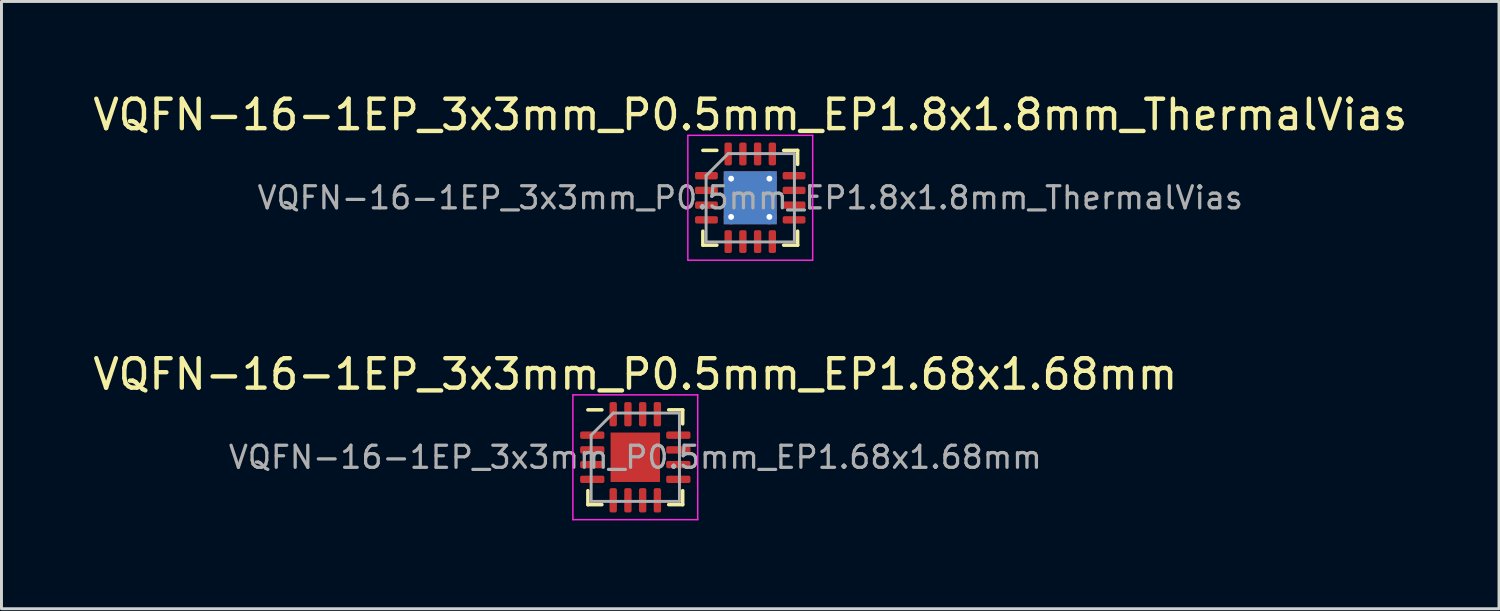
<source format=kicad_pcb>
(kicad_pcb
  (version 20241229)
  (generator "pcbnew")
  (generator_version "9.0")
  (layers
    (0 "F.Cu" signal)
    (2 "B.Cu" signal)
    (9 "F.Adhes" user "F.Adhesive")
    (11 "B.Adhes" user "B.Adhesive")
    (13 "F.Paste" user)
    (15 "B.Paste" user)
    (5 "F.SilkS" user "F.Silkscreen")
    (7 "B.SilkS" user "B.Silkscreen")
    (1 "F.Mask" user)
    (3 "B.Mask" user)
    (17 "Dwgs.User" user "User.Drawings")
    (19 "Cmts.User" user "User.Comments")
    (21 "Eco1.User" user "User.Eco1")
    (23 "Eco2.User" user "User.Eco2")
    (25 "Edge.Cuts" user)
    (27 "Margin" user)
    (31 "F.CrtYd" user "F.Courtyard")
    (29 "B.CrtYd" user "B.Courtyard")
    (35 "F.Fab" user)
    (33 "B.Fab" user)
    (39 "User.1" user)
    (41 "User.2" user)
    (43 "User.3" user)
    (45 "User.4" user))
  (footprint "VQFN-16-1EP_3x3mm_P0.5mm_EP1.8x1.8mm_ThermalVias"
    (layer "F.Cu")
    (at 22.435 3.668)
    (property "Reference" "VQFN-16-1EP_3x3mm_P0.5mm_EP1.8x1.8mm_ThermalVias" (at 0 -2.82 0) (layer "F.SilkS") (effects (font (size 1 1) (thickness 0.15))))
    (attr smd)
    (fp_line (start -1.61 1.61) (end -1.61 1.135) (stroke (width 0.12) (type solid)) (layer "F.SilkS"))
    (fp_line (start -1.135 -1.61) (end -1.61 -1.61) (stroke (width 0.12) (type solid)) (layer "F.SilkS"))
    (fp_line (start -1.135 1.61) (end -1.61 1.61) (stroke (width 0.12) (type solid)) (layer "F.SilkS"))
    (fp_line (start 1.135 -1.61) (end 1.61 -1.61) (stroke (width 0.12) (type solid)) (layer "F.SilkS"))
    (fp_line (start 1.135 1.61) (end 1.61 1.61) (stroke (width 0.12) (type solid)) (layer "F.SilkS"))
    (fp_line (start 1.61 -1.61) (end 1.61 -1.135) (stroke (width 0.12) (type solid)) (layer "F.SilkS"))
    (fp_line (start 1.61 1.61) (end 1.61 1.135) (stroke (width 0.12) (type solid)) (layer "F.SilkS"))
    (fp_line (start -2.12 -2.12) (end -2.12 2.12) (stroke (width 0.05) (type solid)) (layer "F.CrtYd"))
    (fp_line (start -2.12 2.12) (end 2.12 2.12) (stroke (width 0.05) (type solid)) (layer "F.CrtYd"))
    (fp_line (start 2.12 -2.12) (end -2.12 -2.12) (stroke (width 0.05) (type solid)) (layer "F.CrtYd"))
    (fp_line (start 2.12 2.12) (end 2.12 -2.12) (stroke (width 0.05) (type solid)) (layer "F.CrtYd"))
    (fp_line (start -1.5 -0.75) (end -0.75 -1.5) (stroke (width 0.1) (type solid)) (layer "F.Fab"))
    (fp_line (start -1.5 1.5) (end -1.5 -0.75) (stroke (width 0.1) (type solid)) (layer "F.Fab"))
    (fp_line (start -0.75 -1.5) (end 1.5 -1.5) (stroke (width 0.1) (type solid)) (layer "F.Fab"))
    (fp_line (start 1.5 -1.5) (end 1.5 1.5) (stroke (width 0.1) (type solid)) (layer "F.Fab"))
    (fp_line (start 1.5 1.5) (end -1.5 1.5) (stroke (width 0.1) (type solid)) (layer "F.Fab"))
    (fp_text user "${REFERENCE}" (at 0 0 0) (layer "F.Fab") (effects (font (size 0.75 0.75) (thickness 0.11))))
    (pad "" smd roundrect (at -0.45 -0.45) (size 0.78 0.78) (layers "F.Paste") (roundrect_rratio 0.25))
    (pad "" smd roundrect (at -0.45 0.45) (size 0.78 0.78) (layers "F.Paste") (roundrect_rratio 0.25))
    (pad "" smd roundrect (at 0.45 -0.45) (size 0.78 0.78) (layers "F.Paste") (roundrect_rratio 0.25))
    (pad "" smd roundrect (at 0.45 0.45) (size 0.78 0.78) (layers "F.Paste") (roundrect_rratio 0.25))
    (pad "1" smd roundrect (at -1.488 -0.75) (size 0.775 0.25) (layers "F.Cu" "F.Mask" "F.Paste") (roundrect_rratio 0.25))
    (pad "2" smd roundrect (at -1.488 -0.25) (size 0.775 0.25) (layers "F.Cu" "F.Mask" "F.Paste") (roundrect_rratio 0.25))
    (pad "3" smd roundrect (at -1.488 0.25) (size 0.775 0.25) (layers "F.Cu" "F.Mask" "F.Paste") (roundrect_rratio 0.25))
    (pad "4" smd roundrect (at -1.488 0.75) (size 0.775 0.25) (layers "F.Cu" "F.Mask" "F.Paste") (roundrect_rratio 0.25))
    (pad "5" smd roundrect (at -0.75 1.488) (size 0.25 0.775) (layers "F.Cu" "F.Mask" "F.Paste") (roundrect_rratio 0.25))
    (pad "6" smd roundrect (at -0.25 1.488) (size 0.25 0.775) (layers "F.Cu" "F.Mask" "F.Paste") (roundrect_rratio 0.25))
    (pad "7" smd roundrect (at 0.25 1.488) (size 0.25 0.775) (layers "F.Cu" "F.Mask" "F.Paste") (roundrect_rratio 0.25))
    (pad "8" smd roundrect (at 0.75 1.488) (size 0.25 0.775) (layers "F.Cu" "F.Mask" "F.Paste") (roundrect_rratio 0.25))
    (pad "9" smd roundrect (at 1.488 0.75) (size 0.775 0.25) (layers "F.Cu" "F.Mask" "F.Paste") (roundrect_rratio 0.25))
    (pad "10" smd roundrect (at 1.488 0.25) (size 0.775 0.25) (layers "F.Cu" "F.Mask" "F.Paste") (roundrect_rratio 0.25))
    (pad "11" smd roundrect (at 1.488 -0.25) (size 0.775 0.25) (layers "F.Cu" "F.Mask" "F.Paste") (roundrect_rratio 0.25))
    (pad "12" smd roundrect (at 1.488 -0.75) (size 0.775 0.25) (layers "F.Cu" "F.Mask" "F.Paste") (roundrect_rratio 0.25))
    (pad "13" smd roundrect (at 0.75 -1.488) (size 0.25 0.775) (layers "F.Cu" "F.Mask" "F.Paste") (roundrect_rratio 0.25))
    (pad "14" smd roundrect (at 0.25 -1.488) (size 0.25 0.775) (layers "F.Cu" "F.Mask" "F.Paste") (roundrect_rratio 0.25))
    (pad "15" smd roundrect (at -0.25 -1.488) (size 0.25 0.775) (layers "F.Cu" "F.Mask" "F.Paste") (roundrect_rratio 0.25))
    (pad "16" smd roundrect (at -0.75 -1.488) (size 0.25 0.775) (layers "F.Cu" "F.Mask" "F.Paste") (roundrect_rratio 0.25))
    (pad "17" thru_hole circle (at -0.65 -0.65) (size 0.5 0.5) (drill 0.2) (layers "*.Cu"))
    (pad "17" thru_hole circle (at -0.65 0.65) (size 0.5 0.5) (drill 0.2) (layers "*.Cu"))
    (pad "17" smd rect (at 0 0) (size 1.8 1.8) (layers "F.Cu" "F.Mask"))
    (pad "17" smd rect (at 0 0) (size 1.8 1.8) (layers "B.Cu"))
    (pad "17" thru_hole circle (at 0.65 -0.65) (size 0.5 0.5) (drill 0.2) (layers "*.Cu"))
    (pad "17" thru_hole circle (at 0.65 0.65) (size 0.5 0.5) (drill 0.2) (layers "*.Cu")))
  (footprint "VQFN-16-1EP_3x3mm_P0.5mm_EP1.68x1.68mm"
    (layer "F.Cu")
    (at 18.53 12.482)
    (property "Reference" "VQFN-16-1EP_3x3mm_P0.5mm_EP1.68x1.68mm" (at 0 -2.82 0) (layer "F.SilkS") (effects (font (size 1 1) (thickness 0.15))))
    (attr smd)
    (fp_line (start -1.61 1.61) (end -1.61 1.135) (stroke (width 0.12) (type solid)) (layer "F.SilkS"))
    (fp_line (start -1.135 -1.61) (end -1.61 -1.61) (stroke (width 0.12) (type solid)) (layer "F.SilkS"))
    (fp_line (start -1.135 1.61) (end -1.61 1.61) (stroke (width 0.12) (type solid)) (layer "F.SilkS"))
    (fp_line (start 1.135 -1.61) (end 1.61 -1.61) (stroke (width 0.12) (type solid)) (layer "F.SilkS"))
    (fp_line (start 1.135 1.61) (end 1.61 1.61) (stroke (width 0.12) (type solid)) (layer "F.SilkS"))
    (fp_line (start 1.61 -1.61) (end 1.61 -1.135) (stroke (width 0.12) (type solid)) (layer "F.SilkS"))
    (fp_line (start 1.61 1.61) (end 1.61 1.135) (stroke (width 0.12) (type solid)) (layer "F.SilkS"))
    (fp_line (start -2.12 -2.12) (end -2.12 2.12) (stroke (width 0.05) (type solid)) (layer "F.CrtYd"))
    (fp_line (start -2.12 2.12) (end 2.12 2.12) (stroke (width 0.05) (type solid)) (layer "F.CrtYd"))
    (fp_line (start 2.12 -2.12) (end -2.12 -2.12) (stroke (width 0.05) (type solid)) (layer "F.CrtYd"))
    (fp_line (start 2.12 2.12) (end 2.12 -2.12) (stroke (width 0.05) (type solid)) (layer "F.CrtYd"))
    (fp_line (start -1.5 -0.75) (end -0.75 -1.5) (stroke (width 0.1) (type solid)) (layer "F.Fab"))
    (fp_line (start -1.5 1.5) (end -1.5 -0.75) (stroke (width 0.1) (type solid)) (layer "F.Fab"))
    (fp_line (start -0.75 -1.5) (end 1.5 -1.5) (stroke (width 0.1) (type solid)) (layer "F.Fab"))
    (fp_line (start 1.5 -1.5) (end 1.5 1.5) (stroke (width 0.1) (type solid)) (layer "F.Fab"))
    (fp_line (start 1.5 1.5) (end -1.5 1.5) (stroke (width 0.1) (type solid)) (layer "F.Fab"))
    (fp_text user "${REFERENCE}" (at 0 0 0) (layer "F.Fab") (effects (font (size 0.75 0.75) (thickness 0.11))))
    (pad "" smd roundrect (at -0.42 -0.42) (size 0.68 0.68) (layers "F.Paste") (roundrect_rratio 0.25))
    (pad "" smd roundrect (at -0.42 0.42) (size 0.68 0.68) (layers "F.Paste") (roundrect_rratio 0.25))
    (pad "" smd roundrect (at 0.42 -0.42) (size 0.68 0.68) (layers "F.Paste") (roundrect_rratio 0.25))
    (pad "" smd roundrect (at 0.42 0.42) (size 0.68 0.68) (layers "F.Paste") (roundrect_rratio 0.25))
    (pad "1" smd roundrect (at -1.462 -0.75) (size 0.825 0.25) (layers "F.Cu" "F.Mask" "F.Paste") (roundrect_rratio 0.25))
    (pad "2" smd roundrect (at -1.462 -0.25) (size 0.825 0.25) (layers "F.Cu" "F.Mask" "F.Paste") (roundrect_rratio 0.25))
    (pad "3" smd roundrect (at -1.462 0.25) (size 0.825 0.25) (layers "F.Cu" "F.Mask" "F.Paste") (roundrect_rratio 0.25))
    (pad "4" smd roundrect (at -1.462 0.75) (size 0.825 0.25) (layers "F.Cu" "F.Mask" "F.Paste") (roundrect_rratio 0.25))
    (pad "5" smd roundrect (at -0.75 1.462) (size 0.25 0.825) (layers "F.Cu" "F.Mask" "F.Paste") (roundrect_rratio 0.25))
    (pad "6" smd roundrect (at -0.25 1.462) (size 0.25 0.825) (layers "F.Cu" "F.Mask" "F.Paste") (roundrect_rratio 0.25))
    (pad "7" smd roundrect (at 0.25 1.462) (size 0.25 0.825) (layers "F.Cu" "F.Mask" "F.Paste") (roundrect_rratio 0.25))
    (pad "8" smd roundrect (at 0.75 1.462) (size 0.25 0.825) (layers "F.Cu" "F.Mask" "F.Paste") (roundrect_rratio 0.25))
    (pad "9" smd roundrect (at 1.462 0.75) (size 0.825 0.25) (layers "F.Cu" "F.Mask" "F.Paste") (roundrect_rratio 0.25))
    (pad "10" smd roundrect (at 1.462 0.25) (size 0.825 0.25) (layers "F.Cu" "F.Mask" "F.Paste") (roundrect_rratio 0.25))
    (pad "11" smd roundrect (at 1.462 -0.25) (size 0.825 0.25) (layers "F.Cu" "F.Mask" "F.Paste") (roundrect_rratio 0.25))
    (pad "12" smd roundrect (at 1.462 -0.75) (size 0.825 0.25) (layers "F.Cu" "F.Mask" "F.Paste") (roundrect_rratio 0.25))
    (pad "13" smd roundrect (at 0.75 -1.462) (size 0.25 0.825) (layers "F.Cu" "F.Mask" "F.Paste") (roundrect_rratio 0.25))
    (pad "14" smd roundrect (at 0.25 -1.462) (size 0.25 0.825) (layers "F.Cu" "F.Mask" "F.Paste") (roundrect_rratio 0.25))
    (pad "15" smd roundrect (at -0.25 -1.462) (size 0.25 0.825) (layers "F.Cu" "F.Mask" "F.Paste") (roundrect_rratio 0.25))
    (pad "16" smd roundrect (at -0.75 -1.462) (size 0.25 0.825) (layers "F.Cu" "F.Mask" "F.Paste") (roundrect_rratio 0.25))
    (pad "17" smd rect (at 0 0) (size 1.68 1.68) (layers "F.Cu" "F.Mask")))
  (gr_rect
    (start -3 -3)
    (end 47.869 17.627)
    (stroke (width 0.1) (type default))
    (fill no)
    (layer "Edge.Cuts")))
</source>
